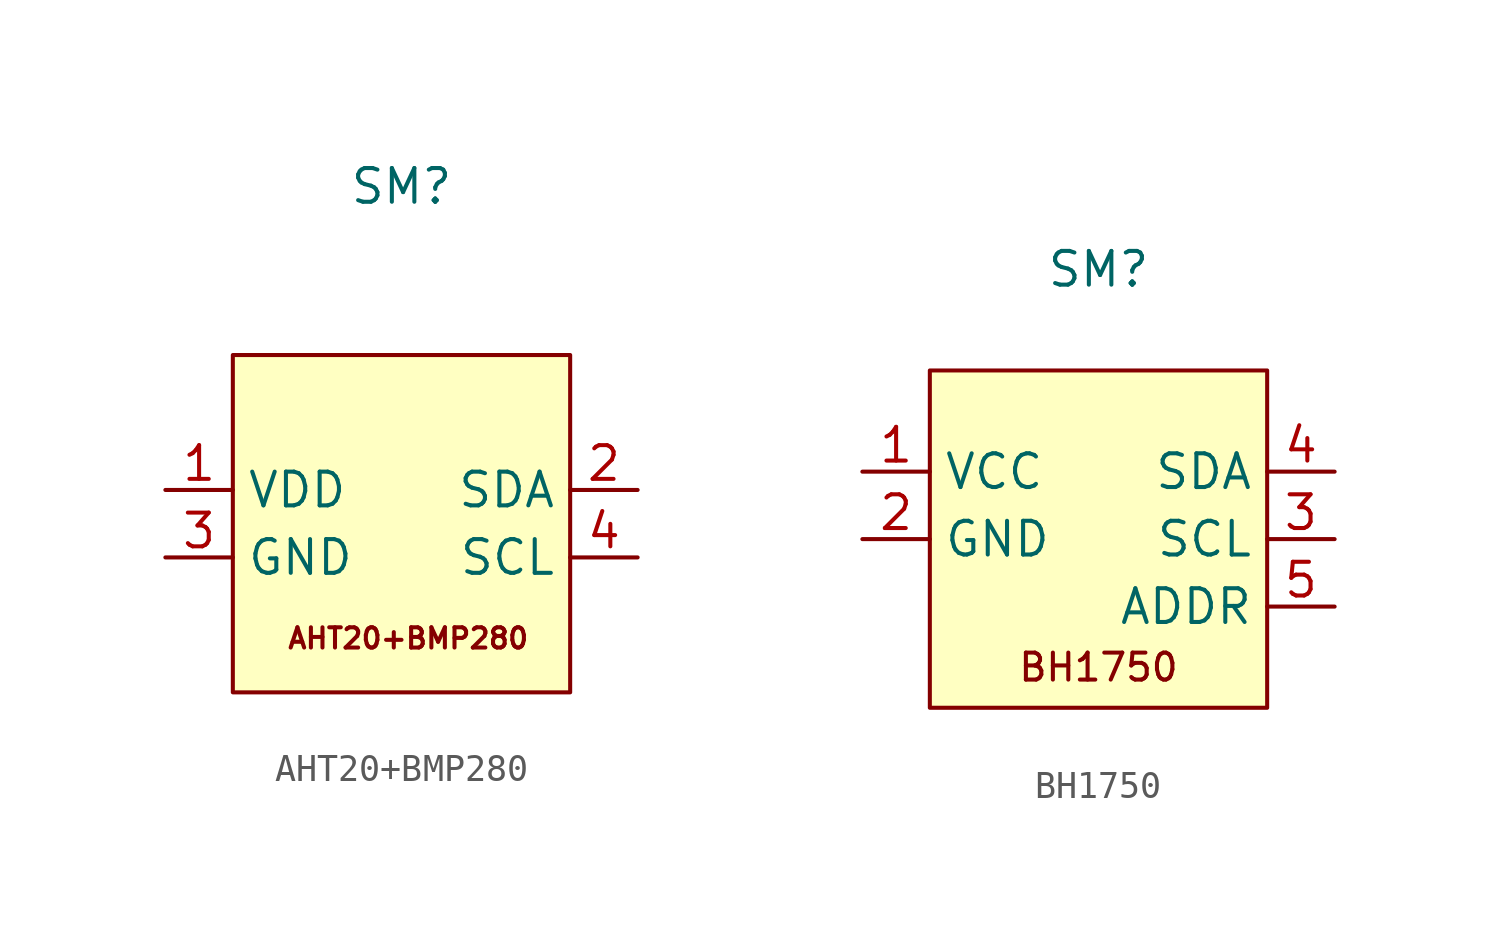
<source format=kicad_sym>
(kicad_symbol_lib
  (version 20231120)
  (generator "kicad_symbol_editor")
  (generator_version "8.0")
  (symbol "AHT20+BMP280"
    (property "Reference" "SM"
      (at 0 12.7 0)
      (effects (font (size 1.27 1.27))))
    (property "Value" ""
      (at -1.27 7.62 0)
      (effects (font (size 1.27 1.27))))
    (symbol "AHT20+BMP280_0_1"
      (rectangle (start -6.35 6.35) (end 6.35 -6.35) (stroke (width 0) (type default)) (fill (type background))))
    (symbol "AHT20+BMP280_1_1"
      (text "AHT20+BMP280" (at 0.254 -4.318 0) (effects (font (size 0.762 0.762))))
      (pin power_in line (at -8.89 1.27 0) (length 2.54) (name "VDD" (effects (font (size 1.27 1.27)))) (number "1" (effects (font (size 1.27 1.27)))))
      (pin bidirectional line (at 8.89 1.27 180) (length 2.54) (name "SDA" (effects (font (size 1.27 1.27)))) (number "2" (effects (font (size 1.27 1.27)))))
      (pin power_in line (at -8.89 -1.27 0) (length 2.54) (name "GND" (effects (font (size 1.27 1.27)))) (number "3" (effects (font (size 1.27 1.27)))))
      (pin input line (at 8.89 -1.27 180) (length 2.54) (name "SCL" (effects (font (size 1.27 1.27)))) (number "4" (effects (font (size 1.27 1.27)))))))
  (symbol "BH1750"
    (property "Reference" "SM"
      (at 0 10.16 0)
      (effects (font (size 1.27 1.27))))
    (property "Value" ""
      (at -1.27 13.97 0)
      (effects (font (size 1.27 1.27))))
    (symbol "BH1750_0_1"
      (rectangle (start -6.35 6.35) (end 6.35 -6.35) (stroke (width 0) (type default)) (fill (type background))))
    (symbol "BH1750_1_1"
      (text "BH1750" (at 0 -4.826 0) (effects (font (size 1.016 1.016))))
      (pin power_in line (at -8.89 2.54 0) (length 2.54) (name "VCC" (effects (font (size 1.27 1.27)))) (number "1" (effects (font (size 1.27 1.27)))))
      (pin power_in line (at -8.89 0 0) (length 2.54) (name "GND" (effects (font (size 1.27 1.27)))) (number "2" (effects (font (size 1.27 1.27)))))
      (pin input line (at 8.89 0 180) (length 2.54) (name "SCL" (effects (font (size 1.27 1.27)))) (number "3" (effects (font (size 1.27 1.27)))))
      (pin bidirectional line (at 8.89 2.54 180) (length 2.54) (name "SDA" (effects (font (size 1.27 1.27)))) (number "4" (effects (font (size 1.27 1.27)))))
      (pin input line (at 8.89 -2.54 180) (length 2.54) (name "ADDR" (effects (font (size 1.27 1.27)))) (number "5" (effects (font (size 1.27 1.27))))))))
</source>
